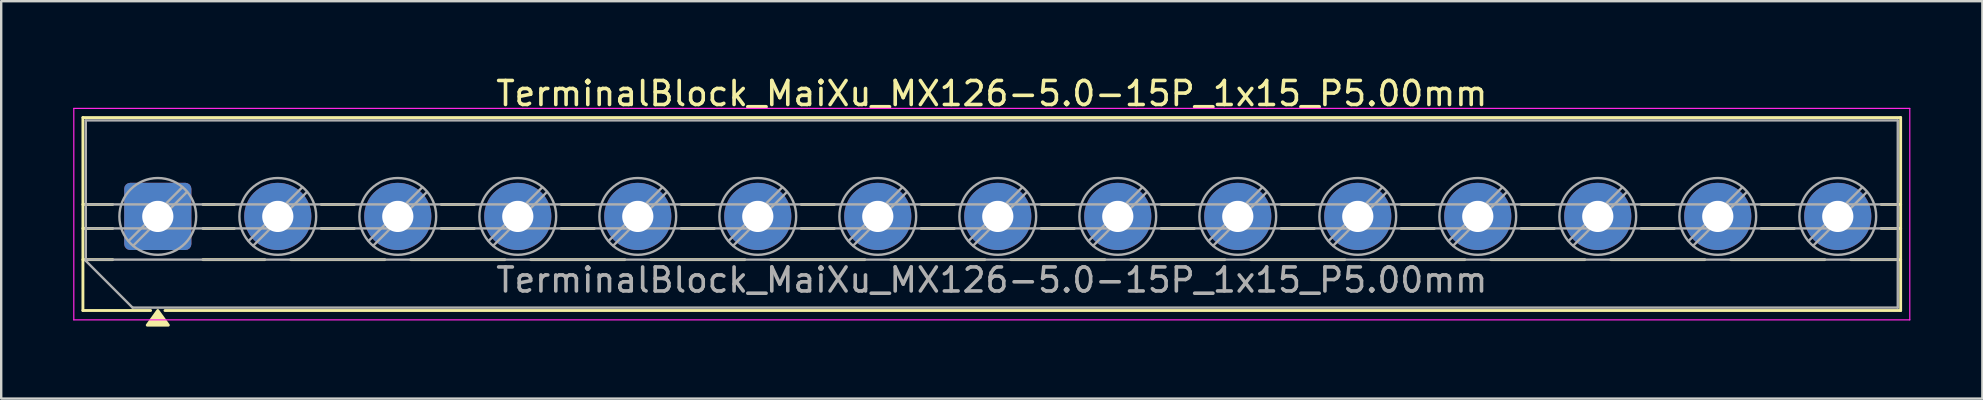
<source format=kicad_pcb>
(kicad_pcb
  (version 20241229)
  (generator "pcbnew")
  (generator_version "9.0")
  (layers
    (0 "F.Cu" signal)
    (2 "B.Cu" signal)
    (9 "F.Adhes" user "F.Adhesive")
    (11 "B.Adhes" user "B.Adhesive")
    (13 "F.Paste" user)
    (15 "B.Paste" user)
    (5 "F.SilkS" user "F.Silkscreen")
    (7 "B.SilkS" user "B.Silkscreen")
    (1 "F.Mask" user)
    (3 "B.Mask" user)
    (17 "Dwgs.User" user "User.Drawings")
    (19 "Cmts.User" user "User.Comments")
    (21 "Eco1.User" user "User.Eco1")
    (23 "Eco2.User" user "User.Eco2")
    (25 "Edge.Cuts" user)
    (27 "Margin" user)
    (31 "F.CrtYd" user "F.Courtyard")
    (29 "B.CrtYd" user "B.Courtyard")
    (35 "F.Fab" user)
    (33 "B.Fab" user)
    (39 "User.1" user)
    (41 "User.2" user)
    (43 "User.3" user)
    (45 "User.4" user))
  (footprint "TerminalBlock_MaiXu_MX126-5.0-15P_1x15_P5.00mm"
    (layer "F.Cu")
    (at 3.525 5.968)
    (property "Reference" "TerminalBlock_MaiXu_MX126-5.0-15P_1x15_P5.00mm" (at 34.75 -5.12 0) (layer "F.SilkS") (effects (font (size 1 1) (thickness 0.15))))
    (attr through_hole)
    (fp_line (start -3.12 -4.12) (end 72.62 -4.12) (stroke (width 0.12) (type solid)) (layer "F.SilkS"))
    (fp_line (start -3.12 -0.5) (end -1.88 -0.5) (stroke (width 0.12) (type solid)) (layer "F.SilkS"))
    (fp_line (start -3.12 0.5) (end -1.88 0.5) (stroke (width 0.12) (type solid)) (layer "F.SilkS"))
    (fp_line (start -3.12 1.8) (end -1.88 1.8) (stroke (width 0.12) (type solid)) (layer "F.SilkS"))
    (fp_line (start -3.12 3.92) (end -3.12 -4.12) (stroke (width 0.12) (type solid)) (layer "F.SilkS"))
    (fp_line (start -0.3 3.92) (end -3.12 3.92) (stroke (width 0.12) (type solid)) (layer "F.SilkS"))
    (fp_line (start 1.88 -0.5) (end 3.188 -0.5) (stroke (width 0.12) (type solid)) (layer "F.SilkS"))
    (fp_line (start 1.88 0.5) (end 3.188 0.5) (stroke (width 0.12) (type solid)) (layer "F.SilkS"))
    (fp_line (start 1.88 1.8) (end 4.457 1.8) (stroke (width 0.12) (type solid)) (layer "F.SilkS"))
    (fp_line (start 5.543 1.8) (end 9.457 1.8) (stroke (width 0.12) (type solid)) (layer "F.SilkS"))
    (fp_line (start 6.812 -0.5) (end 8.188 -0.5) (stroke (width 0.12) (type solid)) (layer "F.SilkS"))
    (fp_line (start 6.812 0.5) (end 8.188 0.5) (stroke (width 0.12) (type solid)) (layer "F.SilkS"))
    (fp_line (start 10.543 1.8) (end 14.457 1.8) (stroke (width 0.12) (type solid)) (layer "F.SilkS"))
    (fp_line (start 11.812 -0.5) (end 13.188 -0.5) (stroke (width 0.12) (type solid)) (layer "F.SilkS"))
    (fp_line (start 11.812 0.5) (end 13.188 0.5) (stroke (width 0.12) (type solid)) (layer "F.SilkS"))
    (fp_line (start 15.543 1.8) (end 19.457 1.8) (stroke (width 0.12) (type solid)) (layer "F.SilkS"))
    (fp_line (start 16.812 -0.5) (end 18.188 -0.5) (stroke (width 0.12) (type solid)) (layer "F.SilkS"))
    (fp_line (start 16.812 0.5) (end 18.188 0.5) (stroke (width 0.12) (type solid)) (layer "F.SilkS"))
    (fp_line (start 20.543 1.8) (end 24.457 1.8) (stroke (width 0.12) (type solid)) (layer "F.SilkS"))
    (fp_line (start 21.812 -0.5) (end 23.188 -0.5) (stroke (width 0.12) (type solid)) (layer "F.SilkS"))
    (fp_line (start 21.812 0.5) (end 23.188 0.5) (stroke (width 0.12) (type solid)) (layer "F.SilkS"))
    (fp_line (start 25.543 1.8) (end 29.457 1.8) (stroke (width 0.12) (type solid)) (layer "F.SilkS"))
    (fp_line (start 26.812 -0.5) (end 28.188 -0.5) (stroke (width 0.12) (type solid)) (layer "F.SilkS"))
    (fp_line (start 26.812 0.5) (end 28.188 0.5) (stroke (width 0.12) (type solid)) (layer "F.SilkS"))
    (fp_line (start 30.543 1.8) (end 34.457 1.8) (stroke (width 0.12) (type solid)) (layer "F.SilkS"))
    (fp_line (start 31.812 -0.5) (end 33.188 -0.5) (stroke (width 0.12) (type solid)) (layer "F.SilkS"))
    (fp_line (start 31.812 0.5) (end 33.188 0.5) (stroke (width 0.12) (type solid)) (layer "F.SilkS"))
    (fp_line (start 35.543 1.8) (end 39.457 1.8) (stroke (width 0.12) (type solid)) (layer "F.SilkS"))
    (fp_line (start 36.812 -0.5) (end 38.188 -0.5) (stroke (width 0.12) (type solid)) (layer "F.SilkS"))
    (fp_line (start 36.812 0.5) (end 38.188 0.5) (stroke (width 0.12) (type solid)) (layer "F.SilkS"))
    (fp_line (start 40.543 1.8) (end 44.457 1.8) (stroke (width 0.12) (type solid)) (layer "F.SilkS"))
    (fp_line (start 41.812 -0.5) (end 43.188 -0.5) (stroke (width 0.12) (type solid)) (layer "F.SilkS"))
    (fp_line (start 41.812 0.5) (end 43.188 0.5) (stroke (width 0.12) (type solid)) (layer "F.SilkS"))
    (fp_line (start 45.543 1.8) (end 49.457 1.8) (stroke (width 0.12) (type solid)) (layer "F.SilkS"))
    (fp_line (start 46.812 -0.5) (end 48.188 -0.5) (stroke (width 0.12) (type solid)) (layer "F.SilkS"))
    (fp_line (start 46.812 0.5) (end 48.188 0.5) (stroke (width 0.12) (type solid)) (layer "F.SilkS"))
    (fp_line (start 50.543 1.8) (end 54.457 1.8) (stroke (width 0.12) (type solid)) (layer "F.SilkS"))
    (fp_line (start 51.812 -0.5) (end 53.188 -0.5) (stroke (width 0.12) (type solid)) (layer "F.SilkS"))
    (fp_line (start 51.812 0.5) (end 53.188 0.5) (stroke (width 0.12) (type solid)) (layer "F.SilkS"))
    (fp_line (start 55.543 1.8) (end 59.457 1.8) (stroke (width 0.12) (type solid)) (layer "F.SilkS"))
    (fp_line (start 56.812 -0.5) (end 58.188 -0.5) (stroke (width 0.12) (type solid)) (layer "F.SilkS"))
    (fp_line (start 56.812 0.5) (end 58.188 0.5) (stroke (width 0.12) (type solid)) (layer "F.SilkS"))
    (fp_line (start 60.543 1.8) (end 64.457 1.8) (stroke (width 0.12) (type solid)) (layer "F.SilkS"))
    (fp_line (start 61.812 -0.5) (end 63.188 -0.5) (stroke (width 0.12) (type solid)) (layer "F.SilkS"))
    (fp_line (start 61.812 0.5) (end 63.188 0.5) (stroke (width 0.12) (type solid)) (layer "F.SilkS"))
    (fp_line (start 65.543 1.8) (end 69.457 1.8) (stroke (width 0.12) (type solid)) (layer "F.SilkS"))
    (fp_line (start 66.812 -0.5) (end 68.188 -0.5) (stroke (width 0.12) (type solid)) (layer "F.SilkS"))
    (fp_line (start 66.812 0.5) (end 68.188 0.5) (stroke (width 0.12) (type solid)) (layer "F.SilkS"))
    (fp_line (start 70.543 1.8) (end 72.62 1.8) (stroke (width 0.12) (type solid)) (layer "F.SilkS"))
    (fp_line (start 71.812 -0.5) (end 72.62 -0.5) (stroke (width 0.12) (type solid)) (layer "F.SilkS"))
    (fp_line (start 71.812 0.5) (end 72.62 0.5) (stroke (width 0.12) (type solid)) (layer "F.SilkS"))
    (fp_line (start 72.62 -4.12) (end 72.62 3.92) (stroke (width 0.12) (type solid)) (layer "F.SilkS"))
    (fp_line (start 72.62 3.92) (end 0.3 3.92) (stroke (width 0.12) (type solid)) (layer "F.SilkS"))
    (fp_poly (pts (xy 0 3.92) (xy 0.44 4.53) (xy -0.44 4.53)) (stroke (width 0.12) (type solid)) (fill yes) (layer "F.SilkS"))
    (fp_line (start -3.5 -4.5) (end -3.5 4.31) (stroke (width 0.05) (type solid)) (layer "F.CrtYd"))
    (fp_line (start -3.5 4.31) (end 73 4.31) (stroke (width 0.05) (type solid)) (layer "F.CrtYd"))
    (fp_line (start 73 -4.5) (end -3.5 -4.5) (stroke (width 0.05) (type solid)) (layer "F.CrtYd"))
    (fp_line (start 73 4.31) (end 73 -4.5) (stroke (width 0.05) (type solid)) (layer "F.CrtYd"))
    (fp_line (start -3 -4) (end 72.5 -4) (stroke (width 0.1) (type solid)) (layer "F.Fab"))
    (fp_line (start -3 -0.5) (end 72.5 -0.5) (stroke (width 0.1) (type solid)) (layer "F.Fab"))
    (fp_line (start -3 0.5) (end 72.5 0.5) (stroke (width 0.1) (type solid)) (layer "F.Fab"))
    (fp_line (start -3 1.8) (end 72.5 1.8) (stroke (width 0.1) (type solid)) (layer "F.Fab"))
    (fp_line (start -3 1.85) (end -3 -4) (stroke (width 0.1) (type solid)) (layer "F.Fab"))
    (fp_line (start -1.05 3.8) (end -3 1.85) (stroke (width 0.1) (type solid)) (layer "F.Fab"))
    (fp_line (start 1.018 -1.213) (end -1.213 1.018) (stroke (width 0.1) (type solid)) (layer "F.Fab"))
    (fp_line (start 1.213 -1.018) (end -1.018 1.213) (stroke (width 0.1) (type solid)) (layer "F.Fab"))
    (fp_line (start 6.018 -1.213) (end 3.787 1.018) (stroke (width 0.1) (type solid)) (layer "F.Fab"))
    (fp_line (start 6.213 -1.018) (end 3.982 1.213) (stroke (width 0.1) (type solid)) (layer "F.Fab"))
    (fp_line (start 11.018 -1.213) (end 8.787 1.018) (stroke (width 0.1) (type solid)) (layer "F.Fab"))
    (fp_line (start 11.213 -1.018) (end 8.982 1.213) (stroke (width 0.1) (type solid)) (layer "F.Fab"))
    (fp_line (start 16.018 -1.213) (end 13.787 1.018) (stroke (width 0.1) (type solid)) (layer "F.Fab"))
    (fp_line (start 16.213 -1.018) (end 13.982 1.213) (stroke (width 0.1) (type solid)) (layer "F.Fab"))
    (fp_line (start 21.018 -1.213) (end 18.787 1.018) (stroke (width 0.1) (type solid)) (layer "F.Fab"))
    (fp_line (start 21.213 -1.018) (end 18.982 1.213) (stroke (width 0.1) (type solid)) (layer "F.Fab"))
    (fp_line (start 26.018 -1.213) (end 23.787 1.018) (stroke (width 0.1) (type solid)) (layer "F.Fab"))
    (fp_line (start 26.213 -1.018) (end 23.982 1.213) (stroke (width 0.1) (type solid)) (layer "F.Fab"))
    (fp_line (start 31.018 -1.213) (end 28.787 1.018) (stroke (width 0.1) (type solid)) (layer "F.Fab"))
    (fp_line (start 31.213 -1.018) (end 28.982 1.213) (stroke (width 0.1) (type solid)) (layer "F.Fab"))
    (fp_line (start 36.018 -1.213) (end 33.787 1.018) (stroke (width 0.1) (type solid)) (layer "F.Fab"))
    (fp_line (start 36.213 -1.018) (end 33.982 1.213) (stroke (width 0.1) (type solid)) (layer "F.Fab"))
    (fp_line (start 41.018 -1.213) (end 38.787 1.018) (stroke (width 0.1) (type solid)) (layer "F.Fab"))
    (fp_line (start 41.213 -1.018) (end 38.982 1.213) (stroke (width 0.1) (type solid)) (layer "F.Fab"))
    (fp_line (start 46.018 -1.213) (end 43.787 1.018) (stroke (width 0.1) (type solid)) (layer "F.Fab"))
    (fp_line (start 46.213 -1.018) (end 43.982 1.213) (stroke (width 0.1) (type solid)) (layer "F.Fab"))
    (fp_line (start 51.018 -1.213) (end 48.787 1.018) (stroke (width 0.1) (type solid)) (layer "F.Fab"))
    (fp_line (start 51.213 -1.018) (end 48.982 1.213) (stroke (width 0.1) (type solid)) (layer "F.Fab"))
    (fp_line (start 56.018 -1.213) (end 53.787 1.018) (stroke (width 0.1) (type solid)) (layer "F.Fab"))
    (fp_line (start 56.213 -1.018) (end 53.982 1.213) (stroke (width 0.1) (type solid)) (layer "F.Fab"))
    (fp_line (start 61.018 -1.213) (end 58.787 1.018) (stroke (width 0.1) (type solid)) (layer "F.Fab"))
    (fp_line (start 61.213 -1.018) (end 58.982 1.213) (stroke (width 0.1) (type solid)) (layer "F.Fab"))
    (fp_line (start 66.018 -1.213) (end 63.787 1.018) (stroke (width 0.1) (type solid)) (layer "F.Fab"))
    (fp_line (start 66.213 -1.018) (end 63.982 1.213) (stroke (width 0.1) (type solid)) (layer "F.Fab"))
    (fp_line (start 71.018 -1.213) (end 68.787 1.018) (stroke (width 0.1) (type solid)) (layer "F.Fab"))
    (fp_line (start 71.213 -1.018) (end 68.982 1.213) (stroke (width 0.1) (type solid)) (layer "F.Fab"))
    (fp_line (start 72.5 -4) (end 72.5 3.8) (stroke (width 0.1) (type solid)) (layer "F.Fab"))
    (fp_line (start 72.5 3.8) (end -1.05 3.8) (stroke (width 0.1) (type solid)) (layer "F.Fab"))
    (fp_circle (center 0 0) (end 1.6 0) (stroke (width 0.1) (type solid)) (fill no) (layer "F.Fab"))
    (fp_circle (center 5 0) (end 6.6 0) (stroke (width 0.1) (type solid)) (fill no) (layer "F.Fab"))
    (fp_circle (center 10 0) (end 11.6 0) (stroke (width 0.1) (type solid)) (fill no) (layer "F.Fab"))
    (fp_circle (center 15 0) (end 16.6 0) (stroke (width 0.1) (type solid)) (fill no) (layer "F.Fab"))
    (fp_circle (center 20 0) (end 21.6 0) (stroke (width 0.1) (type solid)) (fill no) (layer "F.Fab"))
    (fp_circle (center 25 0) (end 26.6 0) (stroke (width 0.1) (type solid)) (fill no) (layer "F.Fab"))
    (fp_circle (center 30 0) (end 31.6 0) (stroke (width 0.1) (type solid)) (fill no) (layer "F.Fab"))
    (fp_circle (center 35 0) (end 36.6 0) (stroke (width 0.1) (type solid)) (fill no) (layer "F.Fab"))
    (fp_circle (center 40 0) (end 41.6 0) (stroke (width 0.1) (type solid)) (fill no) (layer "F.Fab"))
    (fp_circle (center 45 0) (end 46.6 0) (stroke (width 0.1) (type solid)) (fill no) (layer "F.Fab"))
    (fp_circle (center 50 0) (end 51.6 0) (stroke (width 0.1) (type solid)) (fill no) (layer "F.Fab"))
    (fp_circle (center 55 0) (end 56.6 0) (stroke (width 0.1) (type solid)) (fill no) (layer "F.Fab"))
    (fp_circle (center 60 0) (end 61.6 0) (stroke (width 0.1) (type solid)) (fill no) (layer "F.Fab"))
    (fp_circle (center 65 0) (end 66.6 0) (stroke (width 0.1) (type solid)) (fill no) (layer "F.Fab"))
    (fp_circle (center 70 0) (end 71.6 0) (stroke (width 0.1) (type solid)) (fill no) (layer "F.Fab"))
    (fp_text user "${REFERENCE}" (at 34.75 2.65 0) (layer "F.Fab") (effects (font (size 1 1) (thickness 0.15))))
    (pad "1" thru_hole roundrect (at 0 0) (size 2.8 2.8) (drill 1.3) (layers "*.Cu" "*.Mask") (roundrect_rratio 0.089))
    (pad "2" thru_hole circle (at 5 0) (size 2.8 2.8) (drill 1.3) (layers "*.Cu" "*.Mask"))
    (pad "3" thru_hole circle (at 10 0) (size 2.8 2.8) (drill 1.3) (layers "*.Cu" "*.Mask"))
    (pad "4" thru_hole circle (at 15 0) (size 2.8 2.8) (drill 1.3) (layers "*.Cu" "*.Mask"))
    (pad "5" thru_hole circle (at 20 0) (size 2.8 2.8) (drill 1.3) (layers "*.Cu" "*.Mask"))
    (pad "6" thru_hole circle (at 25 0) (size 2.8 2.8) (drill 1.3) (layers "*.Cu" "*.Mask"))
    (pad "7" thru_hole circle (at 30 0) (size 2.8 2.8) (drill 1.3) (layers "*.Cu" "*.Mask"))
    (pad "8" thru_hole circle (at 35 0) (size 2.8 2.8) (drill 1.3) (layers "*.Cu" "*.Mask"))
    (pad "9" thru_hole circle (at 40 0) (size 2.8 2.8) (drill 1.3) (layers "*.Cu" "*.Mask"))
    (pad "10" thru_hole circle (at 45 0) (size 2.8 2.8) (drill 1.3) (layers "*.Cu" "*.Mask"))
    (pad "11" thru_hole circle (at 50 0) (size 2.8 2.8) (drill 1.3) (layers "*.Cu" "*.Mask"))
    (pad "12" thru_hole circle (at 55 0) (size 2.8 2.8) (drill 1.3) (layers "*.Cu" "*.Mask"))
    (pad "13" thru_hole circle (at 60 0) (size 2.8 2.8) (drill 1.3) (layers "*.Cu" "*.Mask"))
    (pad "14" thru_hole circle (at 65 0) (size 2.8 2.8) (drill 1.3) (layers "*.Cu" "*.Mask"))
    (pad "15" thru_hole circle (at 70 0) (size 2.8 2.8) (drill 1.3) (layers "*.Cu" "*.Mask")))
  (gr_rect
    (start -3 -3)
    (end 79.55 13.558)
    (stroke (width 0.1) (type default))
    (fill no)
    (layer "Edge.Cuts")))
</source>
